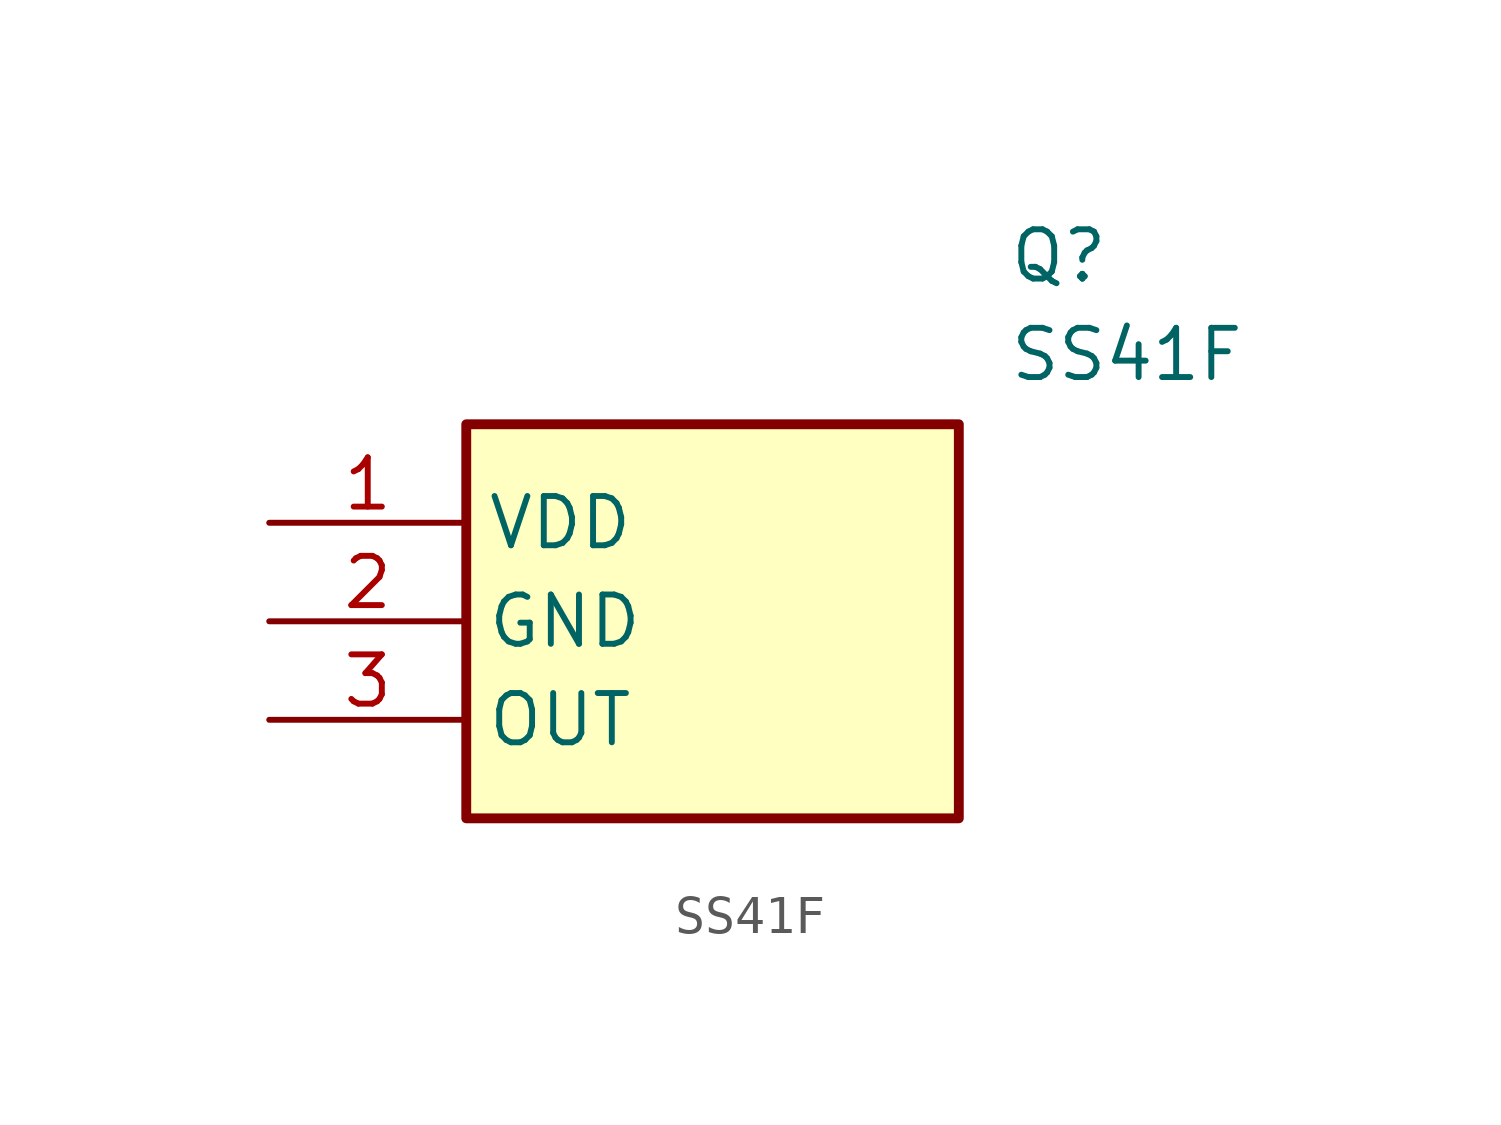
<source format=kicad_sym>
(kicad_symbol_lib
  (version 20231120)
  (generator "kicad_symbol_editor")
  (generator_version "8.0")
  (symbol "SS41F"
    (property "Reference" "Q"
      (at 19.05 7.62 0)
      (effects (font (size 1.27 1.27)) (justify left top)))
    (property "Value" "SS41F"
      (at 19.05 5.08 0)
      (effects (font (size 1.27 1.27)) (justify left top)))
    (symbol "SS41F_1_1"
      (rectangle (start 5.08 2.54) (end 17.78 -7.62) (stroke (width 0.254) (type default)) (fill (type background)))
      (pin power_in line (at 0 0 0) (length 5.08) (name "VDD" (effects (font (size 1.27 1.27)))) (number "1" (effects (font (size 1.27 1.27)))))
      (pin power_in line (at 0 -2.54 0) (length 5.08) (name "GND" (effects (font (size 1.27 1.27)))) (number "2" (effects (font (size 1.27 1.27)))))
      (pin output line (at 0 -5.08 0) (length 5.08) (name "OUT" (effects (font (size 1.27 1.27)))) (number "3" (effects (font (size 1.27 1.27))))))))
</source>
